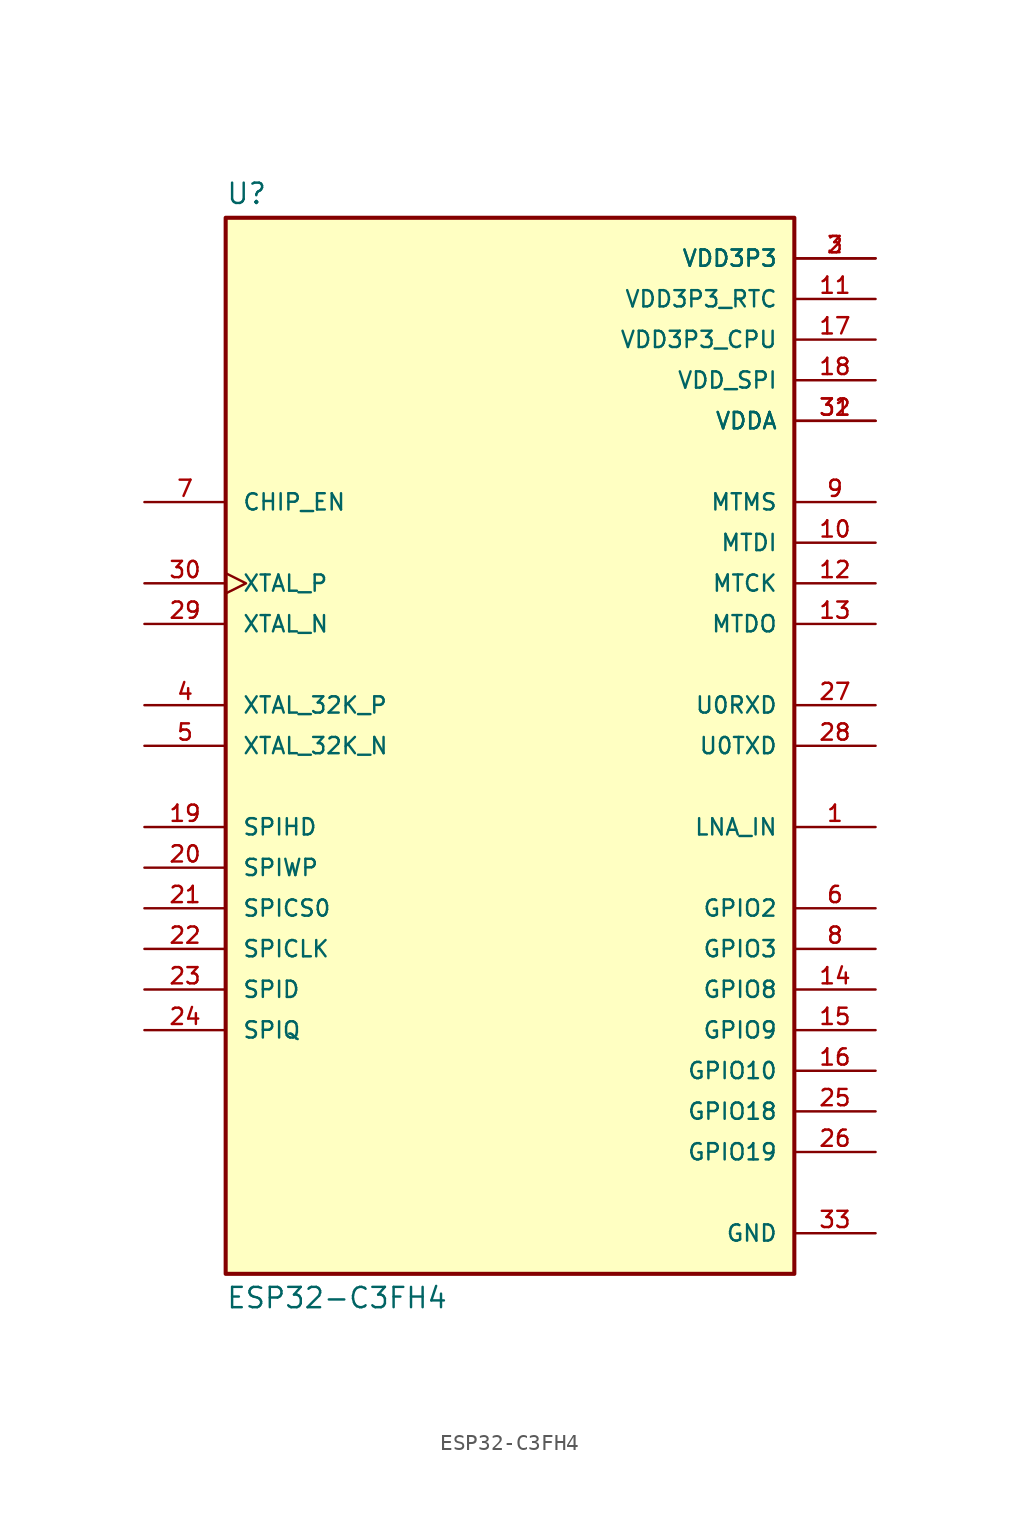
<source format=kicad_sym>
(kicad_symbol_lib
  (version 20211014)
  (generator kicad_symbol_editor)
  (symbol "ESP32-C3FH4"
    (pin_names
      (offset 1.016))
    (property "Reference" "U"
      (at -17.78 33.782 0)
      (effects (font (size 1.27 1.27)) (justify bottom left)))
    (property "Value" "ESP32-C3FH4"
      (at -17.78 -33.782 0)
      (effects (font (size 1.27 1.27)) (justify top left)))
    (symbol "ESP32-C3FH4_0_0"
      (rectangle (start -17.78 -33.02) (end 17.78 33.02) (stroke (width 0.254)) (fill (type background)))
      (pin bidirectional line (at 22.86 -5.08 180.0) (length 5.08) (name "LNA_IN" (effects (font (size 1.016 1.016)))) (number "1" (effects (font (size 1.016 1.016)))))
      (pin power_in line (at 22.86 30.48 180.0) (length 5.08) (name "VDD3P3" (effects (font (size 1.016 1.016)))) (number "2" (effects (font (size 1.016 1.016)))))
      (pin power_in line (at 22.86 30.48 180.0) (length 5.08) (name "VDD3P3" (effects (font (size 1.016 1.016)))) (number "3" (effects (font (size 1.016 1.016)))))
      (pin bidirectional line (at -22.86 2.54 0) (length 5.08) (name "XTAL_32K_P" (effects (font (size 1.016 1.016)))) (number "4" (effects (font (size 1.016 1.016)))))
      (pin bidirectional line (at -22.86 0.0 0) (length 5.08) (name "XTAL_32K_N" (effects (font (size 1.016 1.016)))) (number "5" (effects (font (size 1.016 1.016)))))
      (pin bidirectional line (at 22.86 -10.16 180.0) (length 5.08) (name "GPIO2" (effects (font (size 1.016 1.016)))) (number "6" (effects (font (size 1.016 1.016)))))
      (pin input line (at -22.86 15.24 0) (length 5.08) (name "CHIP_EN" (effects (font (size 1.016 1.016)))) (number "7" (effects (font (size 1.016 1.016)))))
      (pin bidirectional line (at 22.86 -12.7 180.0) (length 5.08) (name "GPIO3" (effects (font (size 1.016 1.016)))) (number "8" (effects (font (size 1.016 1.016)))))
      (pin bidirectional line (at 22.86 15.24 180.0) (length 5.08) (name "MTMS" (effects (font (size 1.016 1.016)))) (number "9" (effects (font (size 1.016 1.016)))))
      (pin bidirectional line (at 22.86 12.7 180.0) (length 5.08) (name "MTDI" (effects (font (size 1.016 1.016)))) (number "10" (effects (font (size 1.016 1.016)))))
      (pin power_in line (at 22.86 27.94 180.0) (length 5.08) (name "VDD3P3_RTC" (effects (font (size 1.016 1.016)))) (number "11" (effects (font (size 1.016 1.016)))))
      (pin bidirectional line (at 22.86 10.16 180.0) (length 5.08) (name "MTCK" (effects (font (size 1.016 1.016)))) (number "12" (effects (font (size 1.016 1.016)))))
      (pin bidirectional line (at 22.86 7.62 180.0) (length 5.08) (name "MTDO" (effects (font (size 1.016 1.016)))) (number "13" (effects (font (size 1.016 1.016)))))
      (pin bidirectional line (at 22.86 -15.24 180.0) (length 5.08) (name "GPIO8" (effects (font (size 1.016 1.016)))) (number "14" (effects (font (size 1.016 1.016)))))
      (pin bidirectional line (at 22.86 -17.78 180.0) (length 5.08) (name "GPIO9" (effects (font (size 1.016 1.016)))) (number "15" (effects (font (size 1.016 1.016)))))
      (pin bidirectional line (at 22.86 -20.32 180.0) (length 5.08) (name "GPIO10" (effects (font (size 1.016 1.016)))) (number "16" (effects (font (size 1.016 1.016)))))
      (pin bidirectional line (at -22.86 -17.78 0) (length 5.08) (name "SPIQ" (effects (font (size 1.016 1.016)))) (number "24" (effects (font (size 1.016 1.016)))))
      (pin bidirectional line (at -22.86 -15.24 0) (length 5.08) (name "SPID" (effects (font (size 1.016 1.016)))) (number "23" (effects (font (size 1.016 1.016)))))
      (pin bidirectional line (at -22.86 -12.7 0) (length 5.08) (name "SPICLK" (effects (font (size 1.016 1.016)))) (number "22" (effects (font (size 1.016 1.016)))))
      (pin bidirectional line (at -22.86 -10.16 0) (length 5.08) (name "SPICS0" (effects (font (size 1.016 1.016)))) (number "21" (effects (font (size 1.016 1.016)))))
      (pin bidirectional line (at -22.86 -7.62 0) (length 5.08) (name "SPIWP" (effects (font (size 1.016 1.016)))) (number "20" (effects (font (size 1.016 1.016)))))
      (pin bidirectional line (at -22.86 -5.08 0) (length 5.08) (name "SPIHD" (effects (font (size 1.016 1.016)))) (number "19" (effects (font (size 1.016 1.016)))))
      (pin power_in line (at 22.86 22.86 180.0) (length 5.08) (name "VDD_SPI" (effects (font (size 1.016 1.016)))) (number "18" (effects (font (size 1.016 1.016)))))
      (pin power_in line (at 22.86 25.4 180.0) (length 5.08) (name "VDD3P3_CPU" (effects (font (size 1.016 1.016)))) (number "17" (effects (font (size 1.016 1.016)))))
      (pin power_in line (at 22.86 -30.48 180.0) (length 5.08) (name "GND" (effects (font (size 1.016 1.016)))) (number "33" (effects (font (size 1.016 1.016)))))
      (pin power_in line (at 22.86 20.32 180.0) (length 5.08) (name "VDDA" (effects (font (size 1.016 1.016)))) (number "31" (effects (font (size 1.016 1.016)))))
      (pin power_in line (at 22.86 20.32 180.0) (length 5.08) (name "VDDA" (effects (font (size 1.016 1.016)))) (number "32" (effects (font (size 1.016 1.016)))))
      (pin input clock (at -22.86 10.16 0) (length 5.08) (name "XTAL_P" (effects (font (size 1.016 1.016)))) (number "30" (effects (font (size 1.016 1.016)))))
      (pin output line (at -22.86 7.62 0) (length 5.08) (name "XTAL_N" (effects (font (size 1.016 1.016)))) (number "29" (effects (font (size 1.016 1.016)))))
      (pin bidirectional line (at 22.86 0.0 180.0) (length 5.08) (name "U0TXD" (effects (font (size 1.016 1.016)))) (number "28" (effects (font (size 1.016 1.016)))))
      (pin bidirectional line (at 22.86 2.54 180.0) (length 5.08) (name "U0RXD" (effects (font (size 1.016 1.016)))) (number "27" (effects (font (size 1.016 1.016)))))
      (pin bidirectional line (at 22.86 -25.4 180.0) (length 5.08) (name "GPIO19" (effects (font (size 1.016 1.016)))) (number "26" (effects (font (size 1.016 1.016)))))
      (pin bidirectional line (at 22.86 -22.86 180.0) (length 5.08) (name "GPIO18" (effects (font (size 1.016 1.016)))) (number "25" (effects (font (size 1.016 1.016))))))))
</source>
